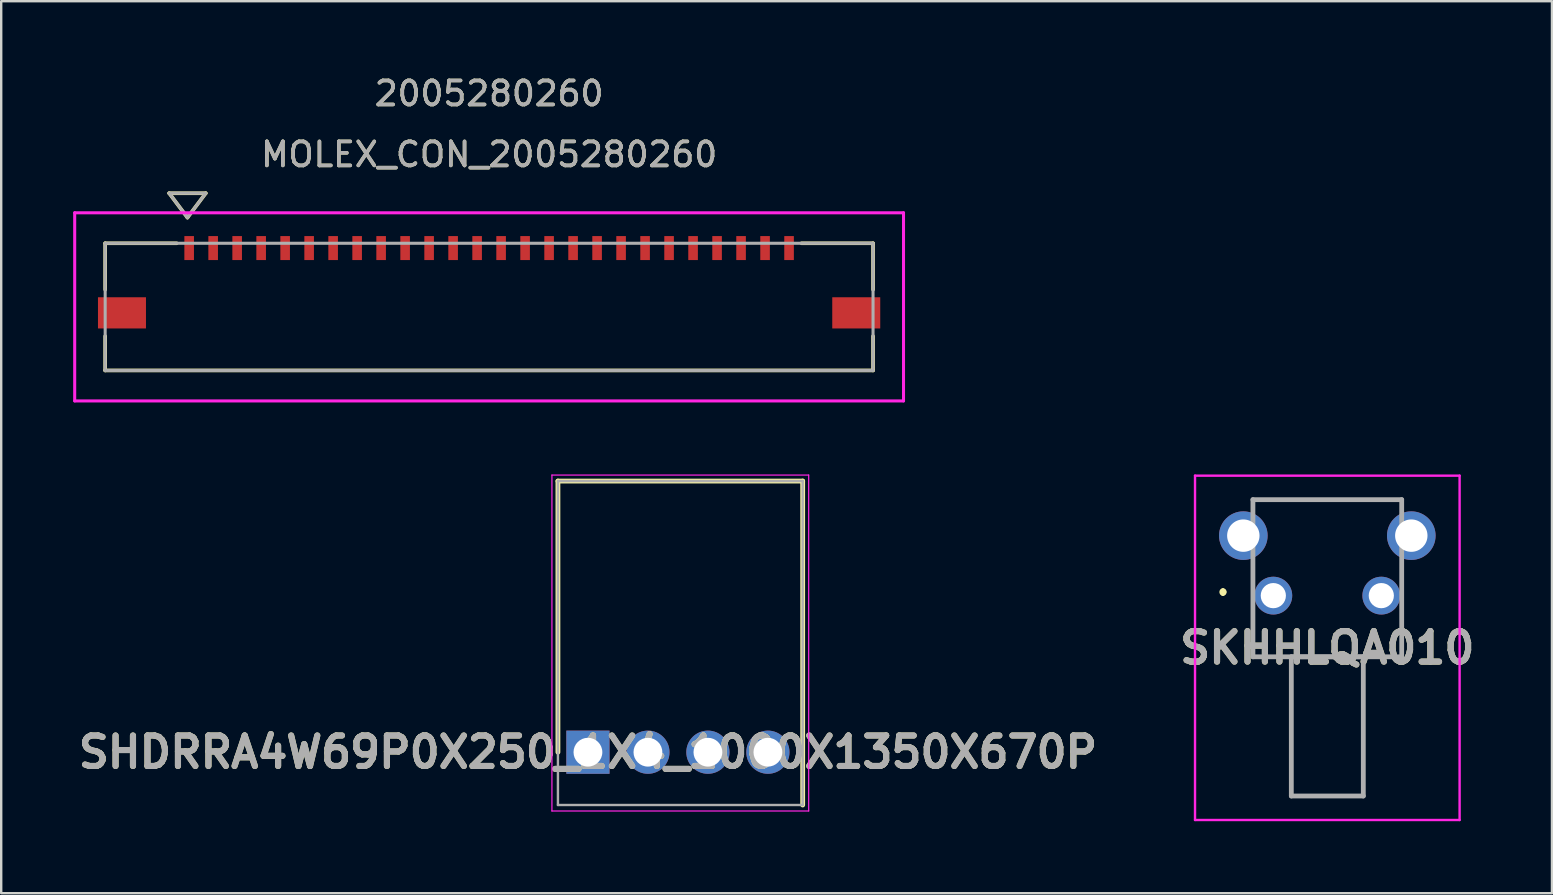
<source format=kicad_pcb>
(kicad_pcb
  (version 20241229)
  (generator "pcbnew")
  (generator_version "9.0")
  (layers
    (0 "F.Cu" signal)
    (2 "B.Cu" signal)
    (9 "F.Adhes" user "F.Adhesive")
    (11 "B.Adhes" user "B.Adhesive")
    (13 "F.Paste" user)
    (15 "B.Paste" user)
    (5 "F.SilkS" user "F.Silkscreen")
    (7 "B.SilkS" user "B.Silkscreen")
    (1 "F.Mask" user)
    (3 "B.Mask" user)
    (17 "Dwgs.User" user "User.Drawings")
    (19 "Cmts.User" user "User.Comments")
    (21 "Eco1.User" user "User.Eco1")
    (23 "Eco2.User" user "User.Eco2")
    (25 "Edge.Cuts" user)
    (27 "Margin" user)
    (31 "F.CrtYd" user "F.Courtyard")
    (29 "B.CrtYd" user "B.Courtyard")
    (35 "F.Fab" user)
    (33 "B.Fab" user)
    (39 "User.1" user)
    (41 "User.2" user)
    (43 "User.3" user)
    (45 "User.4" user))
  (footprint "SHDRRA4W69P0X250_1X4_1000X1350X670P"
    (layer "F.Cu")
    (at 21.451 28.297)
    (property "Reference" "SHDRRA4W69P0X250_1X4_1000X1350X670P" (at 0 0 0) (layer "F.SilkS") (effects (font (size 1.27 1.27) (thickness 0.254))))
    (attr through_hole)
    (fp_line (start -1.25 -11.3) (end 8.95 -11.3) (stroke (width 0.2) (type solid)) (layer "F.SilkS"))
    (fp_line (start -1.25 0) (end -1.25 -11.3) (stroke (width 0.2) (type solid)) (layer "F.SilkS"))
    (fp_line (start 8.95 -11.3) (end 8.95 2.2) (stroke (width 0.2) (type solid)) (layer "F.SilkS"))
    (fp_line (start -1.5 -11.55) (end -1.5 2.45) (stroke (width 0.05) (type solid)) (layer "F.CrtYd"))
    (fp_line (start -1.5 2.45) (end 9.2 2.45) (stroke (width 0.05) (type solid)) (layer "F.CrtYd"))
    (fp_line (start 9.2 -11.55) (end -1.5 -11.55) (stroke (width 0.05) (type solid)) (layer "F.CrtYd"))
    (fp_line (start 9.2 2.45) (end 9.2 -11.55) (stroke (width 0.05) (type solid)) (layer "F.CrtYd"))
    (fp_line (start -1.25 -11.3) (end 8.95 -11.3) (stroke (width 0.1) (type solid)) (layer "F.Fab"))
    (fp_line (start -1.25 2.2) (end -1.25 -11.3) (stroke (width 0.1) (type solid)) (layer "F.Fab"))
    (fp_line (start 8.95 -11.3) (end 8.95 2.2) (stroke (width 0.1) (type solid)) (layer "F.Fab"))
    (fp_line (start 8.95 2.2) (end -1.25 2.2) (stroke (width 0.1) (type solid)) (layer "F.Fab"))
    (fp_text user "${REFERENCE}" (at 0 0 0) (layer "F.Fab") (effects (font (size 1.27 1.27) (thickness 0.254))))
    (pad "1" thru_hole rect (at 0 0) (size 1.8 1.8) (drill 1.2) (layers "*.Cu" "*.Mask"))
    (pad "2" thru_hole circle (at 2.5 0) (size 1.8 1.8) (drill 1.2) (layers "*.Cu" "*.Mask"))
    (pad "3" thru_hole circle (at 5 0) (size 1.8 1.8) (drill 1.2) (layers "*.Cu" "*.Mask"))
    (pad "4" thru_hole circle (at 7.5 0) (size 1.8 1.8) (drill 1.2) (layers "*.Cu" "*.Mask")))
  (footprint "MOLEX_CON_2005280260"
    (layer "F.Cu")
    (at 17.333 9.738)
    (property "Reference" "MOLEX_CON_2005280260" (at 0 -6.35 0) (unlocked yes) (layer "F.SilkS") (effects (font (size 1 1) (thickness 0.15))))
    (attr smd)
    (fp_line (start -16 -2.65) (end -16 -0.72) (stroke (width 0.152) (type solid)) (layer "F.SilkS"))
    (fp_line (start -16 1.22) (end -16 2.65) (stroke (width 0.152) (type solid)) (layer "F.SilkS"))
    (fp_line (start -16 2.65) (end 16 2.65) (stroke (width 0.152) (type solid)) (layer "F.SilkS"))
    (fp_line (start -13.333 -4.736) (end -12.571 -3.72) (stroke (width 0.152) (type solid)) (layer "F.SilkS"))
    (fp_line (start -13.333 -4.736) (end -11.809 -4.736) (stroke (width 0.152) (type solid)) (layer "F.SilkS"))
    (fp_line (start -13.02 -2.65) (end -16 -2.65) (stroke (width 0.152) (type solid)) (layer "F.SilkS"))
    (fp_line (start -11.809 -4.736) (end -12.571 -3.72) (stroke (width 0.152) (type solid)) (layer "F.SilkS"))
    (fp_line (start 16 -2.65) (end 13.02 -2.65) (stroke (width 0.152) (type solid)) (layer "F.SilkS"))
    (fp_line (start 16 -0.72) (end 16 -2.65) (stroke (width 0.152) (type solid)) (layer "F.SilkS"))
    (fp_line (start 16 2.65) (end 16 1.22) (stroke (width 0.152) (type solid)) (layer "F.SilkS"))
    (fp_line (start -17.27 -3.92) (end -17.27 3.92) (stroke (width 0.127) (type solid)) (layer "F.CrtYd"))
    (fp_line (start -17.27 3.92) (end 17.27 3.92) (stroke (width 0.127) (type solid)) (layer "F.CrtYd"))
    (fp_line (start 17.27 -3.92) (end -17.27 -3.92) (stroke (width 0.127) (type solid)) (layer "F.CrtYd"))
    (fp_line (start 17.27 3.92) (end 17.27 -3.92) (stroke (width 0.127) (type solid)) (layer "F.CrtYd"))
    (fp_line (start -16 -2.65) (end -16 2.65) (stroke (width 0.127) (type solid)) (layer "F.Fab"))
    (fp_line (start -16 2.65) (end 16 2.65) (stroke (width 0.127) (type solid)) (layer "F.Fab"))
    (fp_line (start -13.333 -4.736) (end -12.571 -3.72) (stroke (width 0.127) (type solid)) (layer "F.Fab"))
    (fp_line (start -13.333 -4.736) (end -11.809 -4.736) (stroke (width 0.127) (type solid)) (layer "F.Fab"))
    (fp_line (start -11.809 -4.736) (end -12.571 -3.72) (stroke (width 0.127) (type solid)) (layer "F.Fab"))
    (fp_line (start 16 -2.65) (end -16 -2.65) (stroke (width 0.127) (type solid)) (layer "F.Fab"))
    (fp_line (start 16 2.65) (end 16 -2.65) (stroke (width 0.127) (type solid)) (layer "F.Fab"))
    (fp_text user "2005280260" (at 0 -8.89 0) (unlocked yes) (layer "F.SilkS") (effects (font (size 1 1) (thickness 0.15))))
    (fp_text user "${REFERENCE}" (at 0 -6.35 0) (unlocked yes) (layer "F.Fab") (effects (font (size 1 1) (thickness 0.15))))
    (fp_text user "2005280260" (at 0 -8.89 0) (unlocked yes) (layer "F.Fab") (effects (font (size 1 1) (thickness 0.15))))
    (pad "1" smd rect (at -12.5 -2.45) (size 0.4 1) (layers "F.Cu" "F.Mask" "F.Paste"))
    (pad "2" smd rect (at -11.5 -2.45) (size 0.4 1) (layers "F.Cu" "F.Mask" "F.Paste"))
    (pad "3" smd rect (at -10.5 -2.45) (size 0.4 1) (layers "F.Cu" "F.Mask" "F.Paste"))
    (pad "4" smd rect (at -9.5 -2.45) (size 0.4 1) (layers "F.Cu" "F.Mask" "F.Paste"))
    (pad "5" smd rect (at -8.5 -2.45) (size 0.4 1) (layers "F.Cu" "F.Mask" "F.Paste"))
    (pad "6" smd rect (at -7.5 -2.45) (size 0.4 1) (layers "F.Cu" "F.Mask" "F.Paste"))
    (pad "7" smd rect (at -6.5 -2.45) (size 0.4 1) (layers "F.Cu" "F.Mask" "F.Paste"))
    (pad "8" smd rect (at -5.5 -2.45) (size 0.4 1) (layers "F.Cu" "F.Mask" "F.Paste"))
    (pad "9" smd rect (at -4.5 -2.45) (size 0.4 1) (layers "F.Cu" "F.Mask" "F.Paste"))
    (pad "10" smd rect (at -3.5 -2.45) (size 0.4 1) (layers "F.Cu" "F.Mask" "F.Paste"))
    (pad "11" smd rect (at -2.5 -2.45) (size 0.4 1) (layers "F.Cu" "F.Mask" "F.Paste"))
    (pad "12" smd rect (at -1.5 -2.45) (size 0.4 1) (layers "F.Cu" "F.Mask" "F.Paste"))
    (pad "13" smd rect (at -0.5 -2.45) (size 0.4 1) (layers "F.Cu" "F.Mask" "F.Paste"))
    (pad "14" smd rect (at 0.5 -2.45) (size 0.4 1) (layers "F.Cu" "F.Mask" "F.Paste"))
    (pad "15" smd rect (at 1.5 -2.45) (size 0.4 1) (layers "F.Cu" "F.Mask" "F.Paste"))
    (pad "16" smd rect (at 2.5 -2.45) (size 0.4 1) (layers "F.Cu" "F.Mask" "F.Paste"))
    (pad "17" smd rect (at 3.5 -2.45) (size 0.4 1) (layers "F.Cu" "F.Mask" "F.Paste"))
    (pad "18" smd rect (at 4.5 -2.45) (size 0.4 1) (layers "F.Cu" "F.Mask" "F.Paste"))
    (pad "19" smd rect (at 5.5 -2.45) (size 0.4 1) (layers "F.Cu" "F.Mask" "F.Paste"))
    (pad "20" smd rect (at 6.5 -2.45) (size 0.4 1) (layers "F.Cu" "F.Mask" "F.Paste"))
    (pad "21" smd rect (at 7.5 -2.45) (size 0.4 1) (layers "F.Cu" "F.Mask" "F.Paste"))
    (pad "22" smd rect (at 8.5 -2.45) (size 0.4 1) (layers "F.Cu" "F.Mask" "F.Paste"))
    (pad "23" smd rect (at 9.5 -2.45) (size 0.4 1) (layers "F.Cu" "F.Mask" "F.Paste"))
    (pad "24" smd rect (at 10.5 -2.45) (size 0.4 1) (layers "F.Cu" "F.Mask" "F.Paste"))
    (pad "25" smd rect (at 11.5 -2.45) (size 0.4 1) (layers "F.Cu" "F.Mask" "F.Paste"))
    (pad "26" smd rect (at 12.5 -2.45) (size 0.4 1) (layers "F.Cu" "F.Mask" "F.Paste"))
    (pad "P1" smd rect (at -15.3 0.25) (size 2 1.3) (layers "F.Cu" "F.Mask" "F.Paste"))
    (pad "P2" smd rect (at 15.3 0.25) (size 2 1.3) (layers "F.Cu" "F.Mask" "F.Paste")))
  (footprint "SKHHLQA010"
    (layer "F.Cu")
    (at 50.014 21.772)
    (property "Reference" "SKHHLQA010" (at 2.25 2.175 0) (layer "F.SilkS") (effects (font (size 1.27 1.27) (thickness 0.254))))
    (attr through_hole)
    (fp_line (start -2.1 -0.2) (end -2.1 -0.2) (stroke (width 0.2) (type solid)) (layer "F.SilkS"))
    (fp_line (start -2.1 -0.1) (end -2.1 -0.1) (stroke (width 0.2) (type solid)) (layer "F.SilkS"))
    (fp_line (start -2.1 -0.1) (end -2.1 -0.1) (stroke (width 0.2) (type solid)) (layer "F.SilkS"))
    (fp_line (start -0.85 -4) (end -0.85 -4) (stroke (width 0.1) (type solid)) (layer "F.SilkS"))
    (fp_line (start -0.85 -4) (end 5.35 -4) (stroke (width 0.1) (type solid)) (layer "F.SilkS"))
    (fp_line (start -0.85 1.3) (end -0.85 1.3) (stroke (width 0.1) (type solid)) (layer "F.SilkS"))
    (fp_line (start -0.85 1.3) (end -0.85 2.55) (stroke (width 0.1) (type solid)) (layer "F.SilkS"))
    (fp_line (start -0.85 2.55) (end -0.85 1.3) (stroke (width 0.1) (type solid)) (layer "F.SilkS"))
    (fp_line (start -0.85 2.55) (end -0.85 2.55) (stroke (width 0.1) (type solid)) (layer "F.SilkS"))
    (fp_line (start -0.85 2.55) (end -0.85 2.55) (stroke (width 0.1) (type solid)) (layer "F.SilkS"))
    (fp_line (start -0.85 2.55) (end 5.35 2.55) (stroke (width 0.1) (type solid)) (layer "F.SilkS"))
    (fp_line (start 0.75 2.55) (end 3.75 2.55) (stroke (width 0.1) (type solid)) (layer "F.SilkS"))
    (fp_line (start 0.75 8.35) (end 0.75 2.55) (stroke (width 0.1) (type solid)) (layer "F.SilkS"))
    (fp_line (start 3.75 2.55) (end 3.75 8.35) (stroke (width 0.1) (type solid)) (layer "F.SilkS"))
    (fp_line (start 3.75 8.35) (end 0.75 8.35) (stroke (width 0.1) (type solid)) (layer "F.SilkS"))
    (fp_line (start 5.35 -4) (end -0.85 -4) (stroke (width 0.1) (type solid)) (layer "F.SilkS"))
    (fp_line (start 5.35 -4) (end 5.35 -4) (stroke (width 0.1) (type solid)) (layer "F.SilkS"))
    (fp_line (start 5.35 1.55) (end 5.35 1.55) (stroke (width 0.1) (type solid)) (layer "F.SilkS"))
    (fp_line (start 5.35 1.55) (end 5.35 2.55) (stroke (width 0.1) (type solid)) (layer "F.SilkS"))
    (fp_line (start 5.35 2.55) (end -0.85 2.55) (stroke (width 0.1) (type solid)) (layer "F.SilkS"))
    (fp_line (start 5.35 2.55) (end 5.35 1.55) (stroke (width 0.1) (type solid)) (layer "F.SilkS"))
    (fp_line (start 5.35 2.55) (end 5.35 2.55) (stroke (width 0.1) (type solid)) (layer "F.SilkS"))
    (fp_line (start 5.35 2.55) (end 5.35 2.55) (stroke (width 0.1) (type solid)) (layer "F.SilkS"))
    (fp_arc (start -2.1 -0.2) (mid -2.05 -0.15) (end -2.1 -0.1) (stroke (width 0.2) (type solid)) (layer "F.SilkS"))
    (fp_arc (start -2.1 -0.2) (mid -2.05 -0.15) (end -2.1 -0.1) (stroke (width 0.2) (type solid)) (layer "F.SilkS"))
    (fp_arc (start -2.1 -0.1) (mid -2.15 -0.15) (end -2.1 -0.2) (stroke (width 0.2) (type solid)) (layer "F.SilkS"))
    (fp_line (start -3.263 -5) (end 7.763 -5) (stroke (width 0.1) (type solid)) (layer "F.CrtYd"))
    (fp_line (start -3.263 9.35) (end -3.263 -5) (stroke (width 0.1) (type solid)) (layer "F.CrtYd"))
    (fp_line (start 7.763 -5) (end 7.763 9.35) (stroke (width 0.1) (type solid)) (layer "F.CrtYd"))
    (fp_line (start 7.763 9.35) (end -3.263 9.35) (stroke (width 0.1) (type solid)) (layer "F.CrtYd"))
    (fp_line (start -0.85 -4) (end -0.85 2.55) (stroke (width 0.2) (type solid)) (layer "F.Fab"))
    (fp_line (start -0.85 2.55) (end 5.35 2.55) (stroke (width 0.2) (type solid)) (layer "F.Fab"))
    (fp_line (start 0.75 2.55) (end 3.75 2.55) (stroke (width 0.2) (type solid)) (layer "F.Fab"))
    (fp_line (start 0.75 8.35) (end 0.75 2.55) (stroke (width 0.2) (type solid)) (layer "F.Fab"))
    (fp_line (start 3.75 2.55) (end 3.75 8.35) (stroke (width 0.2) (type solid)) (layer "F.Fab"))
    (fp_line (start 3.75 8.35) (end 0.75 8.35) (stroke (width 0.2) (type solid)) (layer "F.Fab"))
    (fp_line (start 5.35 -4) (end -0.85 -4) (stroke (width 0.2) (type solid)) (layer "F.Fab"))
    (fp_line (start 5.35 2.55) (end 5.35 -4) (stroke (width 0.2) (type solid)) (layer "F.Fab"))
    (fp_text user "${REFERENCE}" (at 2.25 2.175 0) (layer "F.Fab") (effects (font (size 1.27 1.27) (thickness 0.254))))
    (pad "1" thru_hole circle (at 0 0) (size 1.575 1.575) (drill 1.05) (layers "*.Cu" "*.Mask"))
    (pad "2" thru_hole circle (at 4.5 0) (size 1.575 1.575) (drill 1.05) (layers "*.Cu" "*.Mask"))
    (pad "3" thru_hole circle (at -1.25 -2.5) (size 2.025 2.025) (drill 1.35) (layers "*.Cu" "*.Mask"))
    (pad "4" thru_hole circle (at 5.75 -2.5) (size 2.025 2.025) (drill 1.35) (layers "*.Cu" "*.Mask")))
  (gr_rect
    (start -3 -3)
    (end 61.626 34.172)
    (stroke (width 0.1) (type default))
    (fill no)
    (layer "Edge.Cuts")))
</source>
